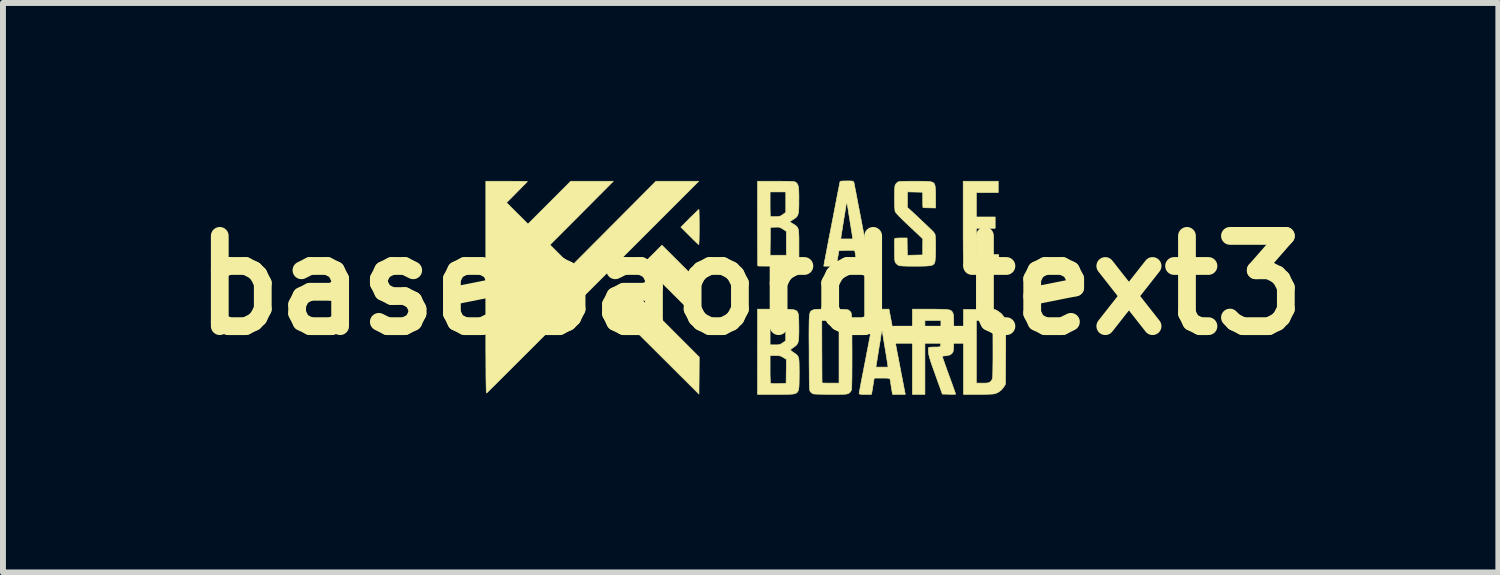
<source format=kicad_pcb>
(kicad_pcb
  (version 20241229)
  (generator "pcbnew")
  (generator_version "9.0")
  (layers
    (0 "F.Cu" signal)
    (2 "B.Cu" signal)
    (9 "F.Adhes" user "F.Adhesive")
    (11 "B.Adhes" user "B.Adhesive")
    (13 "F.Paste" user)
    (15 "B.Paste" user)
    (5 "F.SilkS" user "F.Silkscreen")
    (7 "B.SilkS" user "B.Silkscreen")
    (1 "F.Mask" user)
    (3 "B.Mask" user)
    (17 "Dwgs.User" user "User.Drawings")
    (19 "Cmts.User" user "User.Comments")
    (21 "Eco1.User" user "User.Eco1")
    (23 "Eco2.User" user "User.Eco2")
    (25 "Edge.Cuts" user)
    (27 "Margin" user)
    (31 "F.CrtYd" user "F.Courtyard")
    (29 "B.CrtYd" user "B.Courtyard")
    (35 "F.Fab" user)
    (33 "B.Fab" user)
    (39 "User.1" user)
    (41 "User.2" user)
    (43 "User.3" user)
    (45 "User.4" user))
  (footprint "basebaord_text3"
    (layer "F.Cu")
    (at 9.623 1.767)
    (property "Reference" "basebaord_text3" (at 0 0 0) (layer "F.SilkS") (effects (font (size 1.524 1.524) (thickness 0.3))))
    (attr through_hole)
    (fp_poly (pts (xy -2.111 -0.024) (xy -2.089 -0.003) (xy -2.053 0.031) (xy -2.007 0.076) (xy -1.95 0.133) (xy -1.883 0.198) (xy -1.808 0.273) (xy -1.726 0.354) (xy -1.638 0.442) (xy -1.545 0.534) (xy -1.489 0.59) (xy -0.868 1.212) (xy -0.87 1.524) (xy -0.873 1.836) (xy -1.655 1.057) (xy -2.438 0.278) (xy -2.283 0.123) (xy -2.236 0.077) (xy -2.194 0.036) (xy -2.159 0.003) (xy -2.134 -0.02) (xy -2.121 -0.031) (xy -2.119 -0.032) (xy -2.111 -0.024)) (stroke (width 0.01) (type solid)) (fill yes) (layer "F.SilkS"))
    (fp_poly (pts (xy -1.183 -0.363) (xy -0.868 -0.048) (xy -0.868 0.262) (xy -0.868 0.34) (xy -0.869 0.412) (xy -0.87 0.473) (xy -0.871 0.521) (xy -0.873 0.555) (xy -0.875 0.571) (xy -0.876 0.572) (xy -0.885 0.564) (xy -0.907 0.543) (xy -0.942 0.51) (xy -0.987 0.465) (xy -1.043 0.411) (xy -1.107 0.347) (xy -1.178 0.277) (xy -1.255 0.2) (xy -1.336 0.119) (xy -1.349 0.106) (xy -1.815 -0.36) (xy -1.656 -0.519) (xy -1.498 -0.677) (xy -1.183 -0.363)) (stroke (width 0.01) (type solid)) (fill yes) (layer "F.SilkS"))
    (fp_poly (pts (xy -0.872 -1.27) (xy -0.871 -1.242) (xy -0.87 -1.197) (xy -0.869 -1.14) (xy -0.868 -1.072) (xy -0.868 -0.996) (xy -0.868 -0.984) (xy -0.868 -0.908) (xy -0.869 -0.838) (xy -0.87 -0.779) (xy -0.872 -0.732) (xy -0.874 -0.701) (xy -0.876 -0.688) (xy -0.876 -0.688) (xy -0.886 -0.695) (xy -0.908 -0.715) (xy -0.94 -0.745) (xy -0.98 -0.784) (xy -1.025 -0.829) (xy -1.031 -0.835) (xy -1.178 -0.982) (xy -1.029 -1.132) (xy -0.983 -1.177) (xy -0.942 -1.217) (xy -0.909 -1.249) (xy -0.886 -1.271) (xy -0.874 -1.28) (xy -0.874 -1.281) (xy -0.872 -1.27)) (stroke (width 0.01) (type solid)) (fill yes) (layer "F.SilkS"))
    (fp_poly (pts (xy 4.18 -1.566) (xy 3.81 -1.566) (xy 3.81 -1.154) (xy 4.128 -1.154) (xy 4.128 -0.963) (xy 3.81 -0.963) (xy 3.81 -0.519) (xy 4.188 -0.519) (xy 4.19 -0.423) (xy 4.19 -0.381) (xy 4.188 -0.348) (xy 4.185 -0.329) (xy 4.184 -0.327) (xy 4.169 -0.326) (xy 4.136 -0.325) (xy 4.09 -0.325) (xy 4.033 -0.325) (xy 3.969 -0.324) (xy 3.901 -0.324) (xy 3.833 -0.324) (xy 3.767 -0.324) (xy 3.708 -0.324) (xy 3.658 -0.325) (xy 3.622 -0.325) (xy 3.601 -0.326) (xy 3.599 -0.326) (xy 3.596 -0.337) (xy 3.594 -0.369) (xy 3.592 -0.42) (xy 3.591 -0.493) (xy 3.589 -0.586) (xy 3.589 -0.7) (xy 3.588 -0.835) (xy 3.588 -0.99) (xy 3.588 -1.043) (xy 3.588 -1.757) (xy 4.18 -1.757) (xy 4.18 -1.566)) (stroke (width 0.01) (type solid)) (fill yes) (layer "F.SilkS"))
    (fp_poly (pts (xy 4.178 0.438) (xy 4.231 0.478) (xy 4.272 0.528) (xy 4.298 0.585) (xy 4.302 0.607) (xy 4.303 0.626) (xy 4.304 0.664) (xy 4.305 0.719) (xy 4.306 0.788) (xy 4.306 0.869) (xy 4.306 0.96) (xy 4.306 1.058) (xy 4.305 1.159) (xy 4.302 1.667) (xy 4.274 1.715) (xy 4.23 1.769) (xy 4.173 1.81) (xy 4.122 1.83) (xy 4.098 1.834) (xy 4.056 1.837) (xy 3.999 1.839) (xy 3.931 1.841) (xy 3.855 1.841) (xy 3.836 1.841) (xy 3.593 1.841) (xy 3.593 1.651) (xy 3.81 1.651) (xy 3.915 1.651) (xy 3.965 1.651) (xy 3.998 1.648) (xy 4.02 1.644) (xy 4.036 1.636) (xy 4.048 1.627) (xy 4.07 1.601) (xy 4.083 1.572) (xy 4.085 1.554) (xy 4.087 1.518) (xy 4.088 1.466) (xy 4.089 1.4) (xy 4.09 1.322) (xy 4.091 1.235) (xy 4.091 1.141) (xy 4.091 1.098) (xy 4.09 0.656) (xy 4.061 0.627) (xy 4.047 0.614) (xy 4.032 0.605) (xy 4.011 0.6) (xy 3.98 0.597) (xy 3.935 0.595) (xy 3.921 0.594) (xy 3.81 0.591) (xy 3.81 1.651) (xy 3.593 1.651) (xy 3.593 1.124) (xy 3.593 0.407) (xy 4.122 0.407) (xy 4.178 0.438)) (stroke (width 0.01) (type solid)) (fill yes) (layer "F.SilkS"))
    (fp_poly (pts (xy -4.034 -1.757) (xy -3.957 -1.756) (xy -3.891 -1.756) (xy -3.836 -1.755) (xy -3.796 -1.754) (xy -3.773 -1.753) (xy -3.769 -1.752) (xy -3.777 -1.744) (xy -3.798 -1.722) (xy -3.83 -1.69) (xy -3.87 -1.649) (xy -3.917 -1.602) (xy -3.947 -1.571) (xy -4.121 -1.395) (xy -3.94 -1.215) (xy -3.76 -1.035) (xy -3.038 -1.757) (xy -2.319 -1.757) (xy -2.853 -1.22) (xy -3.388 -0.684) (xy -3.027 -0.323) (xy -1.599 -1.757) (xy -0.877 -1.757) (xy -2.658 0.024) (xy -2.821 0.186) (xy -2.979 0.345) (xy -3.133 0.499) (xy -3.282 0.647) (xy -3.425 0.79) (xy -3.562 0.926) (xy -3.691 1.056) (xy -3.813 1.177) (xy -3.926 1.29) (xy -4.03 1.394) (xy -4.125 1.488) (xy -4.208 1.571) (xy -4.281 1.644) (xy -4.342 1.705) (xy -4.391 1.753) (xy -4.426 1.788) (xy -4.448 1.81) (xy -4.456 1.817) (xy -4.458 1.817) (xy -4.46 1.812) (xy -4.461 1.803) (xy -4.463 1.787) (xy -4.464 1.765) (xy -4.465 1.735) (xy -4.466 1.696) (xy -4.467 1.648) (xy -4.468 1.589) (xy -4.469 1.518) (xy -4.469 1.435) (xy -4.47 1.339) (xy -4.47 1.229) (xy -4.471 1.104) (xy -4.471 0.963) (xy -4.471 0.805) (xy -4.471 0.63) (xy -4.471 0.435) (xy -4.471 0.222) (xy -4.471 0.036) (xy -4.471 -1.757) (xy -4.118 -1.757) (xy -4.034 -1.757)) (stroke (width 0.01) (type solid)) (fill yes) (layer "F.SilkS"))
    (fp_poly (pts (xy 3.034 0.402) (xy 3.129 0.403) (xy 3.205 0.404) (xy 3.265 0.406) (xy 3.311 0.409) (xy 3.345 0.414) (xy 3.369 0.42) (xy 3.386 0.43) (xy 3.399 0.442) (xy 3.409 0.457) (xy 3.413 0.465) (xy 3.418 0.478) (xy 3.422 0.497) (xy 3.425 0.524) (xy 3.427 0.562) (xy 3.428 0.614) (xy 3.429 0.681) (xy 3.429 0.767) (xy 3.429 0.792) (xy 3.429 0.892) (xy 3.427 0.975) (xy 3.425 1.042) (xy 3.422 1.089) (xy 3.418 1.117) (xy 3.417 1.121) (xy 3.395 1.155) (xy 3.356 1.177) (xy 3.3 1.189) (xy 3.289 1.19) (xy 3.254 1.193) (xy 3.238 1.2) (xy 3.237 1.208) (xy 3.241 1.221) (xy 3.252 1.252) (xy 3.268 1.297) (xy 3.288 1.355) (xy 3.312 1.422) (xy 3.339 1.496) (xy 3.35 1.527) (xy 3.378 1.603) (xy 3.403 1.672) (xy 3.424 1.732) (xy 3.442 1.781) (xy 3.454 1.816) (xy 3.46 1.834) (xy 3.461 1.837) (xy 3.451 1.839) (xy 3.424 1.84) (xy 3.385 1.84) (xy 3.348 1.839) (xy 3.236 1.836) (xy 3.12 1.513) (xy 3.086 1.417) (xy 3.058 1.339) (xy 3.037 1.276) (xy 3.022 1.226) (xy 3.011 1.186) (xy 3.005 1.156) (xy 3.002 1.132) (xy 3.001 1.127) (xy 3.001 1.091) (xy 3.001 1.064) (xy 3.002 1.053) (xy 3.015 1.047) (xy 3.044 1.044) (xy 3.089 1.042) (xy 3.102 1.042) (xy 3.148 1.042) (xy 3.183 1.039) (xy 3.202 1.034) (xy 3.205 1.032) (xy 3.207 1.019) (xy 3.209 0.987) (xy 3.21 0.942) (xy 3.211 0.885) (xy 3.212 0.82) (xy 3.212 0.807) (xy 3.212 0.593) (xy 2.942 0.593) (xy 2.942 1.841) (xy 2.731 1.841) (xy 2.731 0.402) (xy 3.034 0.402)) (stroke (width 0.01) (type solid)) (fill yes) (layer "F.SilkS"))
    (fp_poly (pts (xy 0.42 0.402) (xy 0.516 0.403) (xy 0.592 0.404) (xy 0.653 0.406) (xy 0.699 0.409) (xy 0.733 0.414) (xy 0.757 0.421) (xy 0.774 0.431) (xy 0.786 0.444) (xy 0.795 0.459) (xy 0.799 0.469) (xy 0.805 0.489) (xy 0.809 0.52) (xy 0.811 0.566) (xy 0.813 0.628) (xy 0.814 0.708) (xy 0.814 0.721) (xy 0.814 0.803) (xy 0.812 0.867) (xy 0.809 0.917) (xy 0.802 0.954) (xy 0.792 0.982) (xy 0.777 1.004) (xy 0.757 1.023) (xy 0.731 1.042) (xy 0.725 1.046) (xy 0.697 1.066) (xy 0.678 1.082) (xy 0.672 1.09) (xy 0.68 1.1) (xy 0.701 1.118) (xy 0.724 1.134) (xy 0.752 1.153) (xy 0.774 1.17) (xy 0.791 1.188) (xy 0.803 1.209) (xy 0.811 1.236) (xy 0.816 1.272) (xy 0.818 1.32) (xy 0.819 1.383) (xy 0.82 1.464) (xy 0.82 1.485) (xy 0.819 1.574) (xy 0.818 1.646) (xy 0.816 1.701) (xy 0.812 1.742) (xy 0.805 1.772) (xy 0.796 1.793) (xy 0.784 1.808) (xy 0.768 1.819) (xy 0.757 1.825) (xy 0.743 1.83) (xy 0.724 1.834) (xy 0.698 1.837) (xy 0.661 1.839) (xy 0.612 1.84) (xy 0.548 1.841) (xy 0.466 1.841) (xy 0.419 1.841) (xy 0.116 1.841) (xy 0.116 1.185) (xy 0.328 1.185) (xy 0.328 1.416) (xy 0.328 1.484) (xy 0.329 1.545) (xy 0.331 1.595) (xy 0.332 1.632) (xy 0.335 1.652) (xy 0.335 1.655) (xy 0.348 1.657) (xy 0.378 1.659) (xy 0.42 1.66) (xy 0.47 1.659) (xy 0.47 1.659) (xy 0.598 1.656) (xy 0.604 1.251) (xy 0.552 1.218) (xy 0.524 1.202) (xy 0.5 1.192) (xy 0.471 1.187) (xy 0.432 1.185) (xy 0.414 1.185) (xy 0.328 1.185) (xy 0.116 1.185) (xy 0.116 0.587) (xy 0.328 0.587) (xy 0.328 1.005) (xy 0.409 1.005) (xy 0.453 1.005) (xy 0.483 1.001) (xy 0.508 0.992) (xy 0.534 0.976) (xy 0.541 0.971) (xy 0.592 0.937) (xy 0.593 0.587) (xy 0.328 0.587) (xy 0.116 0.587) (xy 0.116 0.402) (xy 0.42 0.402)) (stroke (width 0.01) (type solid)) (fill yes) (layer "F.SilkS"))
    (fp_poly (pts (xy 0.517 -1.757) (xy 0.589 -1.756) (xy 0.645 -1.755) (xy 0.687 -1.754) (xy 0.717 -1.752) (xy 0.737 -1.749) (xy 0.751 -1.745) (xy 0.761 -1.74) (xy 0.778 -1.725) (xy 0.791 -1.707) (xy 0.801 -1.683) (xy 0.808 -1.65) (xy 0.812 -1.606) (xy 0.814 -1.546) (xy 0.815 -1.47) (xy 0.814 -1.436) (xy 0.814 -1.354) (xy 0.812 -1.29) (xy 0.808 -1.241) (xy 0.801 -1.205) (xy 0.791 -1.177) (xy 0.776 -1.155) (xy 0.755 -1.137) (xy 0.727 -1.118) (xy 0.718 -1.112) (xy 0.657 -1.073) (xy 0.716 -1.037) (xy 0.744 -1.02) (xy 0.767 -1.004) (xy 0.783 -0.987) (xy 0.796 -0.966) (xy 0.805 -0.939) (xy 0.81 -0.902) (xy 0.813 -0.854) (xy 0.815 -0.791) (xy 0.815 -0.711) (xy 0.815 -0.663) (xy 0.815 -0.39) (xy 0.784 -0.359) (xy 0.76 -0.339) (xy 0.738 -0.328) (xy 0.734 -0.327) (xy 0.711 -0.326) (xy 0.673 -0.325) (xy 0.621 -0.325) (xy 0.561 -0.324) (xy 0.494 -0.324) (xy 0.424 -0.324) (xy 0.355 -0.324) (xy 0.288 -0.324) (xy 0.229 -0.325) (xy 0.18 -0.325) (xy 0.143 -0.326) (xy 0.124 -0.327) (xy 0.121 -0.327) (xy 0.12 -0.338) (xy 0.119 -0.369) (xy 0.119 -0.417) (xy 0.118 -0.481) (xy 0.118 -0.508) (xy 0.328 -0.508) (xy 0.603 -0.508) (xy 0.603 -0.91) (xy 0.547 -0.948) (xy 0.516 -0.967) (xy 0.491 -0.978) (xy 0.465 -0.983) (xy 0.43 -0.983) (xy 0.412 -0.982) (xy 0.333 -0.979) (xy 0.331 -0.743) (xy 0.328 -0.508) (xy 0.118 -0.508) (xy 0.118 -0.559) (xy 0.117 -0.65) (xy 0.117 -0.752) (xy 0.117 -0.862) (xy 0.116 -0.98) (xy 0.116 -1.044) (xy 0.116 -1.577) (xy 0.328 -1.577) (xy 0.328 -1.372) (xy 0.328 -1.309) (xy 0.329 -1.253) (xy 0.33 -1.208) (xy 0.331 -1.177) (xy 0.333 -1.163) (xy 0.333 -1.163) (xy 0.345 -1.161) (xy 0.373 -1.159) (xy 0.41 -1.159) (xy 0.415 -1.159) (xy 0.457 -1.16) (xy 0.486 -1.164) (xy 0.511 -1.174) (xy 0.539 -1.192) (xy 0.542 -1.195) (xy 0.593 -1.231) (xy 0.593 -1.577) (xy 0.328 -1.577) (xy 0.116 -1.577) (xy 0.116 -1.757) (xy 0.426 -1.757) (xy 0.517 -1.757)) (stroke (width 0.01) (type solid)) (fill yes) (layer "F.SilkS"))
    (fp_poly (pts (xy 1.348 0.403) (xy 1.35 0.403) (xy 1.443 0.403) (xy 1.52 0.405) (xy 1.58 0.407) (xy 1.622 0.411) (xy 1.645 0.414) (xy 1.647 0.415) (xy 1.671 0.432) (xy 1.691 0.454) (xy 1.694 0.461) (xy 1.698 0.471) (xy 1.701 0.484) (xy 1.703 0.504) (xy 1.705 0.531) (xy 1.706 0.568) (xy 1.708 0.615) (xy 1.709 0.675) (xy 1.709 0.749) (xy 1.71 0.839) (xy 1.71 0.946) (xy 1.711 1.073) (xy 1.711 1.106) (xy 1.711 1.234) (xy 1.711 1.352) (xy 1.71 1.458) (xy 1.71 1.55) (xy 1.708 1.629) (xy 1.707 1.691) (xy 1.705 1.735) (xy 1.703 1.761) (xy 1.703 1.765) (xy 1.683 1.8) (xy 1.659 1.821) (xy 1.647 1.827) (xy 1.633 1.832) (xy 1.615 1.836) (xy 1.59 1.838) (xy 1.554 1.84) (xy 1.506 1.841) (xy 1.443 1.841) (xy 1.361 1.841) (xy 1.349 1.841) (xy 1.274 1.84) (xy 1.205 1.839) (xy 1.145 1.838) (xy 1.098 1.836) (xy 1.066 1.834) (xy 1.053 1.831) (xy 1.03 1.817) (xy 1.011 1.799) (xy 1.006 1.794) (xy 1.003 1.787) (xy 0.999 1.777) (xy 0.997 1.762) (xy 0.995 1.741) (xy 0.993 1.712) (xy 0.991 1.674) (xy 0.99 1.624) (xy 0.989 1.561) (xy 0.989 1.484) (xy 0.988 1.391) (xy 0.987 1.28) (xy 0.987 1.149) (xy 0.987 1.137) (xy 0.986 1) (xy 0.985 0.882) (xy 0.985 0.782) (xy 0.986 0.699) (xy 0.987 0.631) (xy 0.988 0.593) (xy 1.201 0.593) (xy 1.202 1.119) (xy 1.203 1.223) (xy 1.203 1.319) (xy 1.203 1.408) (xy 1.204 1.485) (xy 1.204 1.55) (xy 1.205 1.6) (xy 1.205 1.633) (xy 1.205 1.648) (xy 1.205 1.648) (xy 1.216 1.649) (xy 1.243 1.65) (xy 1.284 1.651) (xy 1.335 1.651) (xy 1.349 1.651) (xy 1.492 1.651) (xy 1.492 0.593) (xy 1.201 0.593) (xy 0.988 0.593) (xy 0.988 0.576) (xy 0.991 0.532) (xy 0.994 0.499) (xy 0.999 0.474) (xy 1.005 0.456) (xy 1.012 0.443) (xy 1.021 0.434) (xy 1.031 0.427) (xy 1.044 0.42) (xy 1.048 0.418) (xy 1.061 0.413) (xy 1.08 0.409) (xy 1.107 0.406) (xy 1.145 0.404) (xy 1.196 0.403) (xy 1.263 0.402) (xy 1.348 0.403)) (stroke (width 0.01) (type solid)) (fill yes) (layer "F.SilkS"))
    (fp_poly (pts (xy 2.86 -1.757) (xy 2.932 -1.756) (xy 2.988 -1.753) (xy 3.03 -1.75) (xy 3.06 -1.744) (xy 3.08 -1.735) (xy 3.094 -1.723) (xy 3.104 -1.708) (xy 3.11 -1.692) (xy 3.115 -1.669) (xy 3.118 -1.629) (xy 3.121 -1.575) (xy 3.122 -1.512) (xy 3.122 -1.482) (xy 3.122 -1.306) (xy 3.019 -1.308) (xy 2.974 -1.309) (xy 2.938 -1.31) (xy 2.915 -1.311) (xy 2.91 -1.311) (xy 2.908 -1.321) (xy 2.906 -1.349) (xy 2.905 -1.389) (xy 2.905 -1.439) (xy 2.905 -1.442) (xy 2.905 -1.572) (xy 2.646 -1.578) (xy 2.646 -1.315) (xy 2.692 -1.274) (xy 2.714 -1.255) (xy 2.747 -1.224) (xy 2.789 -1.185) (xy 2.836 -1.14) (xy 2.886 -1.093) (xy 2.937 -1.045) (xy 2.984 -1) (xy 3.025 -0.961) (xy 3.058 -0.929) (xy 3.079 -0.909) (xy 3.083 -0.905) (xy 3.102 -0.879) (xy 3.113 -0.859) (xy 3.116 -0.839) (xy 3.119 -0.801) (xy 3.121 -0.751) (xy 3.122 -0.692) (xy 3.122 -0.629) (xy 3.121 -0.566) (xy 3.12 -0.506) (xy 3.117 -0.455) (xy 3.114 -0.416) (xy 3.11 -0.393) (xy 3.11 -0.393) (xy 3.102 -0.373) (xy 3.091 -0.357) (xy 3.074 -0.345) (xy 3.05 -0.336) (xy 3.015 -0.33) (xy 2.967 -0.326) (xy 2.905 -0.324) (xy 2.824 -0.323) (xy 2.785 -0.323) (xy 2.708 -0.323) (xy 2.639 -0.324) (xy 2.581 -0.326) (xy 2.537 -0.329) (xy 2.51 -0.332) (xy 2.506 -0.333) (xy 2.476 -0.35) (xy 2.452 -0.373) (xy 2.444 -0.385) (xy 2.438 -0.4) (xy 2.434 -0.42) (xy 2.431 -0.449) (xy 2.43 -0.491) (xy 2.429 -0.548) (xy 2.429 -0.59) (xy 2.428 -0.651) (xy 2.429 -0.706) (xy 2.429 -0.749) (xy 2.43 -0.778) (xy 2.431 -0.789) (xy 2.443 -0.794) (xy 2.472 -0.797) (xy 2.516 -0.799) (xy 2.538 -0.799) (xy 2.641 -0.799) (xy 2.643 -0.653) (xy 2.646 -0.507) (xy 2.776 -0.51) (xy 2.905 -0.513) (xy 2.905 -0.649) (xy 2.906 -0.785) (xy 2.676 -1.002) (xy 2.605 -1.069) (xy 2.548 -1.124) (xy 2.505 -1.168) (xy 2.474 -1.201) (xy 2.453 -1.226) (xy 2.441 -1.244) (xy 2.438 -1.252) (xy 2.435 -1.277) (xy 2.432 -1.318) (xy 2.431 -1.37) (xy 2.429 -1.429) (xy 2.429 -1.491) (xy 2.43 -1.551) (xy 2.431 -1.605) (xy 2.433 -1.649) (xy 2.436 -1.678) (xy 2.437 -1.685) (xy 2.453 -1.713) (xy 2.474 -1.736) (xy 2.483 -1.742) (xy 2.494 -1.747) (xy 2.511 -1.751) (xy 2.534 -1.754) (xy 2.568 -1.755) (xy 2.614 -1.756) (xy 2.675 -1.757) (xy 2.755 -1.757) (xy 2.769 -1.757) (xy 2.86 -1.757)) (stroke (width 0.01) (type solid)) (fill yes) (layer "F.SilkS"))
    (fp_poly (pts (xy 2.402 0.754) (xy 2.418 0.838) (xy 2.433 0.916) (xy 2.446 0.985) (xy 2.457 1.043) (xy 2.465 1.086) (xy 2.47 1.114) (xy 2.472 1.122) (xy 2.475 1.138) (xy 2.481 1.171) (xy 2.49 1.213) (xy 2.497 1.249) (xy 2.506 1.298) (xy 2.515 1.343) (xy 2.521 1.378) (xy 2.524 1.392) (xy 2.53 1.425) (xy 2.535 1.45) (xy 2.538 1.469) (xy 2.545 1.504) (xy 2.555 1.553) (xy 2.566 1.61) (xy 2.575 1.659) (xy 2.611 1.841) (xy 2.395 1.841) (xy 2.381 1.759) (xy 2.374 1.715) (xy 2.368 1.676) (xy 2.364 1.648) (xy 2.364 1.646) (xy 2.36 1.613) (xy 2.355 1.591) (xy 2.346 1.577) (xy 2.329 1.57) (xy 2.301 1.567) (xy 2.258 1.566) (xy 2.218 1.566) (xy 2.087 1.566) (xy 2.081 1.595) (xy 2.076 1.626) (xy 2.07 1.662) (xy 2.069 1.667) (xy 2.064 1.701) (xy 2.057 1.745) (xy 2.052 1.775) (xy 2.04 1.841) (xy 1.936 1.841) (xy 1.884 1.841) (xy 1.851 1.838) (xy 1.834 1.833) (xy 1.831 1.828) (xy 1.833 1.815) (xy 1.838 1.783) (xy 1.847 1.737) (xy 1.858 1.679) (xy 1.87 1.613) (xy 1.879 1.566) (xy 1.893 1.495) (xy 1.906 1.43) (xy 1.915 1.381) (xy 2.115 1.381) (xy 2.319 1.381) (xy 2.313 1.334) (xy 2.309 1.306) (xy 2.302 1.263) (xy 2.293 1.209) (xy 2.284 1.15) (xy 2.28 1.127) (xy 2.268 1.056) (xy 2.259 1.002) (xy 2.252 0.963) (xy 2.248 0.935) (xy 2.245 0.915) (xy 2.242 0.9) (xy 2.24 0.888) (xy 2.239 0.881) (xy 2.231 0.828) (xy 2.225 0.794) (xy 2.221 0.775) (xy 2.218 0.769) (xy 2.215 0.774) (xy 2.212 0.785) (xy 2.205 0.812) (xy 2.199 0.849) (xy 2.197 0.864) (xy 2.192 0.901) (xy 2.188 0.933) (xy 2.186 0.942) (xy 2.18 0.978) (xy 2.171 1.027) (xy 2.163 1.08) (xy 2.154 1.131) (xy 2.148 1.175) (xy 2.143 1.202) (xy 2.138 1.235) (xy 2.134 1.263) (xy 2.133 1.267) (xy 2.129 1.291) (xy 2.123 1.325) (xy 2.122 1.335) (xy 2.115 1.381) (xy 1.915 1.381) (xy 1.917 1.373) (xy 1.925 1.329) (xy 1.931 1.3) (xy 1.933 1.291) (xy 1.943 1.239) (xy 1.955 1.174) (xy 1.969 1.1) (xy 1.985 1.02) (xy 2.001 0.935) (xy 2.018 0.849) (xy 2.034 0.765) (xy 2.05 0.684) (xy 2.065 0.609) (xy 2.078 0.543) (xy 2.088 0.489) (xy 2.096 0.449) (xy 2.101 0.425) (xy 2.102 0.421) (xy 2.107 0.412) (xy 2.118 0.407) (xy 2.14 0.404) (xy 2.175 0.402) (xy 2.221 0.402) (xy 2.335 0.402) (xy 2.402 0.754)) (stroke (width 0.01) (type solid)) (fill yes) (layer "F.SilkS"))
    (fp_poly (pts (xy 1.708 -1.761) (xy 1.728 -1.756) (xy 1.739 -1.746) (xy 1.746 -1.729) (xy 1.75 -1.704) (xy 1.753 -1.69) (xy 1.759 -1.657) (xy 1.768 -1.608) (xy 1.781 -1.545) (xy 1.795 -1.47) (xy 1.811 -1.385) (xy 1.829 -1.293) (xy 1.848 -1.196) (xy 1.867 -1.096) (xy 1.886 -0.995) (xy 1.905 -0.896) (xy 1.924 -0.8) (xy 1.941 -0.711) (xy 1.956 -0.63) (xy 1.97 -0.559) (xy 1.981 -0.501) (xy 1.989 -0.458) (xy 1.994 -0.433) (xy 1.995 -0.429) (xy 2.001 -0.395) (xy 2.007 -0.36) (xy 2.013 -0.322) (xy 1.91 -0.323) (xy 1.86 -0.323) (xy 1.827 -0.326) (xy 1.806 -0.336) (xy 1.795 -0.354) (xy 1.788 -0.385) (xy 1.783 -0.424) (xy 1.777 -0.47) (xy 1.769 -0.517) (xy 1.767 -0.533) (xy 1.761 -0.564) (xy 1.757 -0.584) (xy 1.757 -0.589) (xy 1.747 -0.59) (xy 1.72 -0.591) (xy 1.679 -0.591) (xy 1.63 -0.591) (xy 1.622 -0.59) (xy 1.571 -0.589) (xy 1.53 -0.587) (xy 1.501 -0.585) (xy 1.488 -0.582) (xy 1.488 -0.582) (xy 1.487 -0.57) (xy 1.482 -0.542) (xy 1.476 -0.501) (xy 1.467 -0.452) (xy 1.467 -0.45) (xy 1.444 -0.323) (xy 1.341 -0.323) (xy 1.296 -0.323) (xy 1.261 -0.323) (xy 1.239 -0.324) (xy 1.234 -0.325) (xy 1.236 -0.336) (xy 1.241 -0.365) (xy 1.249 -0.411) (xy 1.261 -0.472) (xy 1.275 -0.546) (xy 1.291 -0.63) (xy 1.309 -0.723) (xy 1.32 -0.783) (xy 1.521 -0.783) (xy 1.725 -0.783) (xy 1.72 -0.812) (xy 1.715 -0.843) (xy 1.71 -0.879) (xy 1.709 -0.884) (xy 1.703 -0.92) (xy 1.696 -0.963) (xy 1.693 -0.984) (xy 1.686 -1.026) (xy 1.679 -1.067) (xy 1.677 -1.083) (xy 1.672 -1.115) (xy 1.668 -1.139) (xy 1.667 -1.142) (xy 1.665 -1.158) (xy 1.659 -1.191) (xy 1.653 -1.236) (xy 1.645 -1.285) (xy 1.636 -1.339) (xy 1.629 -1.373) (xy 1.623 -1.386) (xy 1.617 -1.38) (xy 1.611 -1.355) (xy 1.605 -1.314) (xy 1.601 -1.288) (xy 1.594 -1.246) (xy 1.586 -1.196) (xy 1.578 -1.148) (xy 1.569 -1.094) (xy 1.561 -1.043) (xy 1.554 -1.002) (xy 1.551 -0.979) (xy 1.546 -0.944) (xy 1.54 -0.914) (xy 1.54 -0.91) (xy 1.535 -0.883) (xy 1.53 -0.847) (xy 1.528 -0.833) (xy 1.521 -0.783) (xy 1.32 -0.783) (xy 1.328 -0.823) (xy 1.33 -0.833) (xy 1.35 -0.935) (xy 1.369 -1.031) (xy 1.386 -1.119) (xy 1.401 -1.198) (xy 1.414 -1.264) (xy 1.424 -1.317) (xy 1.431 -1.353) (xy 1.434 -1.37) (xy 1.434 -1.371) (xy 1.438 -1.392) (xy 1.446 -1.429) (xy 1.455 -1.479) (xy 1.466 -1.535) (xy 1.472 -1.566) (xy 1.484 -1.624) (xy 1.494 -1.674) (xy 1.501 -1.714) (xy 1.506 -1.74) (xy 1.507 -1.746) (xy 1.512 -1.753) (xy 1.527 -1.758) (xy 1.554 -1.761) (xy 1.598 -1.762) (xy 1.623 -1.762) (xy 1.674 -1.762) (xy 1.708 -1.761)) (stroke (width 0.01) (type solid)) (fill yes) (layer "F.SilkS")))
  (gr_rect
    (start -3 -3)
    (end 22.246 6.614)
    (stroke (width 0.1) (type default))
    (fill no)
    (layer "Edge.Cuts")))
</source>
